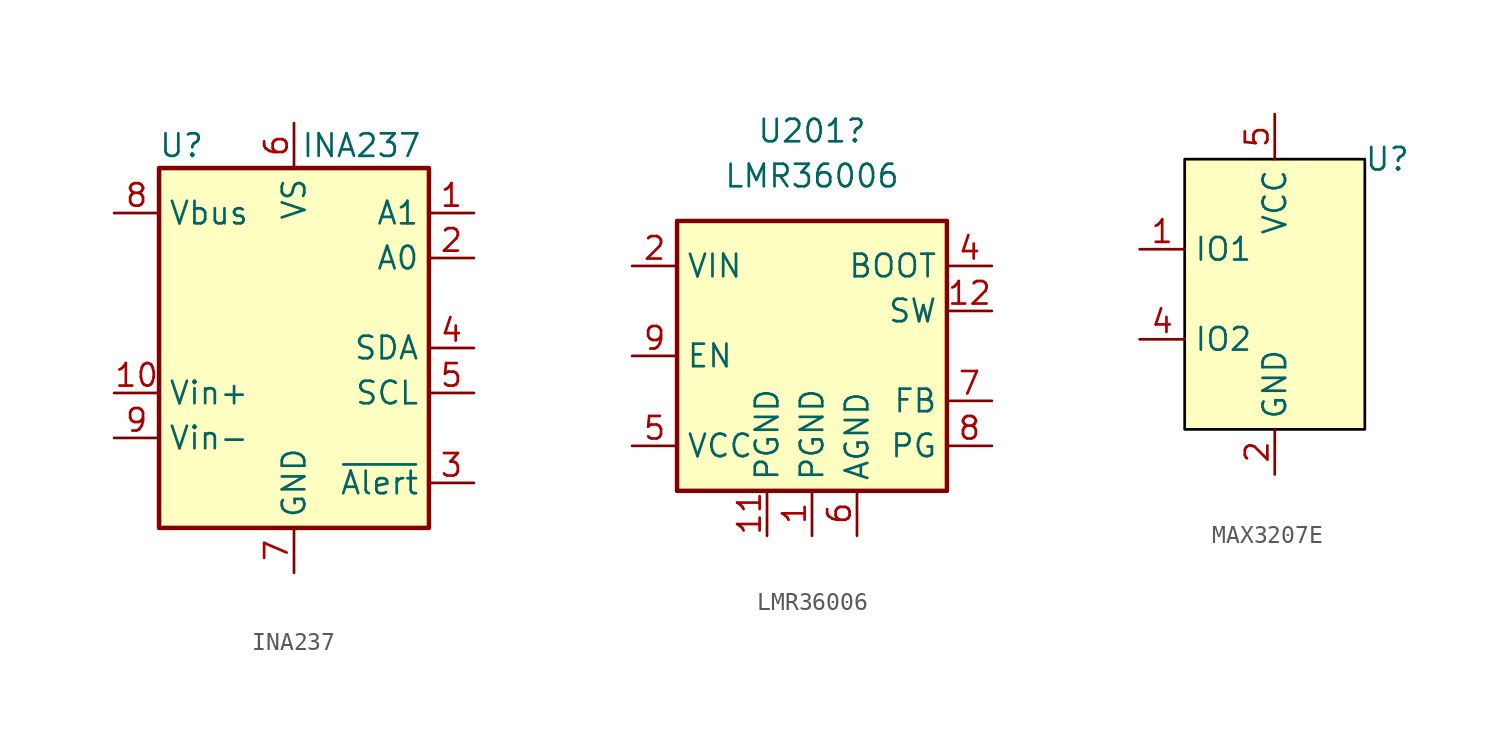
<source format=kicad_sym>
(kicad_symbol_lib
  (version 20220914)
  (generator kicad_symbol_editor)
  (symbol "INA237"
    (property "Reference" "U"
      (at -6.35 11.43 0)
      (effects (font (size 1.27 1.27))))
    (property "Value" "INA237"
      (at 3.81 11.43 0)
      (effects (font (size 1.27 1.27))))
    (symbol "INA237_0_1"
      (rectangle (start 7.62 10.16) (end -7.62 -10.16) (stroke (width 0.254) (type default)) (fill (type background))))
    (symbol "INA237_1_1"
      (pin input line (at 10.16 7.62 180) (length 2.54) (name "A1" (effects (font (size 1.27 1.27)))) (number "1" (effects (font (size 1.27 1.27)))))
      (pin input line (at -10.16 -2.54 0) (length 2.54) (name "Vin+" (effects (font (size 1.27 1.27)))) (number "10" (effects (font (size 1.27 1.27)))))
      (pin input line (at 10.16 5.08 180) (length 2.54) (name "A0" (effects (font (size 1.27 1.27)))) (number "2" (effects (font (size 1.27 1.27)))))
      (pin open_collector line (at 10.16 -7.62 180) (length 2.54) (name "~{Alert}" (effects (font (size 1.27 1.27)))) (number "3" (effects (font (size 1.27 1.27)))))
      (pin bidirectional line (at 10.16 0 180) (length 2.54) (name "SDA" (effects (font (size 1.27 1.27)))) (number "4" (effects (font (size 1.27 1.27)))))
      (pin input line (at 10.16 -2.54 180) (length 2.54) (name "SCL" (effects (font (size 1.27 1.27)))) (number "5" (effects (font (size 1.27 1.27)))))
      (pin power_in line (at 0 12.7 270) (length 2.54) (name "VS" (effects (font (size 1.27 1.27)))) (number "6" (effects (font (size 1.27 1.27)))))
      (pin power_in line (at 0 -12.7 90) (length 2.54) (name "GND" (effects (font (size 1.27 1.27)))) (number "7" (effects (font (size 1.27 1.27)))))
      (pin input line (at -10.16 7.62 0) (length 2.54) (name "Vbus" (effects (font (size 1.27 1.27)))) (number "8" (effects (font (size 1.27 1.27)))))
      (pin input line (at -10.16 -5.08 0) (length 2.54) (name "Vin-" (effects (font (size 1.27 1.27)))) (number "9" (effects (font (size 1.27 1.27)))))))
  (symbol "LMR36006"
    (property "Reference" "U201"
      (at 0 12.7 0)
      (effects (font (size 1.27 1.27))))
    (property "Value" "LMR36006"
      (at 0 10.16 0)
      (effects (font (size 1.27 1.27))))
    (symbol "LMR36006_0_1"
      (rectangle (start -7.62 7.62) (end 7.62 -7.62) (stroke (width 0.254) (type default)) (fill (type background))))
    (symbol "LMR36006_1_1"
      (pin power_in line (at 0 -10.16 90) (length 2.54) (name "PGND" (effects (font (size 1.27 1.27)))) (number "1" (effects (font (size 1.27 1.27)))))
      (pin power_in line (at -10.16 5.08 0) (length 2.54) hide (name "VIN" (effects (font (size 1.27 1.27)))) (number "10" (effects (font (size 1.27 1.27)))))
      (pin input line (at -2.54 -10.16 90) (length 2.54) (name "PGND" (effects (font (size 1.27 1.27)))) (number "11" (effects (font (size 1.27 1.27)))))
      (pin power_out line (at 10.16 2.54 180) (length 2.54) (name "SW" (effects (font (size 1.27 1.27)))) (number "12" (effects (font (size 1.27 1.27)))))
      (pin power_in line (at -10.16 5.08 0) (length 2.54) (name "VIN" (effects (font (size 1.27 1.27)))) (number "2" (effects (font (size 1.27 1.27)))))
      (pin output line (at 10.16 2.54 180) (length 2.54) hide (name "SW" (effects (font (size 1.27 1.27)))) (number "3" (effects (font (size 1.27 1.27)))))
      (pin input line (at 10.16 5.08 180) (length 2.54) (name "BOOT" (effects (font (size 1.27 1.27)))) (number "4" (effects (font (size 1.27 1.27)))))
      (pin output line (at -10.16 -5.08 0) (length 2.54) (name "VCC" (effects (font (size 1.27 1.27)))) (number "5" (effects (font (size 1.27 1.27)))))
      (pin power_in line (at 2.54 -10.16 90) (length 2.54) (name "AGND" (effects (font (size 1.27 1.27)))) (number "6" (effects (font (size 1.27 1.27)))))
      (pin input line (at 10.16 -2.54 180) (length 2.54) (name "FB" (effects (font (size 1.27 1.27)))) (number "7" (effects (font (size 1.27 1.27)))))
      (pin open_collector line (at 10.16 -5.08 180) (length 2.54) (name "PG" (effects (font (size 1.27 1.27)))) (number "8" (effects (font (size 1.27 1.27)))))
      (pin input line (at -10.16 0 0) (length 2.54) (name "EN" (effects (font (size 1.27 1.27)))) (number "9" (effects (font (size 1.27 1.27)))))))
  (symbol "MAX3207E"
    (property "Reference" "U"
      (at 6.35 7.62 0)
      (effects (font (size 1.27 1.27))))
    (property "Value" ""
      (at 0 -2.54 0)
      (effects (font (size 1.27 1.27))))
    (symbol "MAX3207E_1_1"
      (polyline (pts (xy -5.08 7.62) (xy 5.08 7.62) (xy 5.08 -7.62) (xy -5.08 -7.62) (xy -5.08 7.62)) (stroke (width 0) (type default) (color 0 0 0 1)) (fill (type background)))
      (pin input line (at -7.62 2.54 0) (length 2.54) (name "IO1" (effects (font (size 1.27 1.27)))) (number "1" (effects (font (size 1.27 1.27)))))
      (pin power_in line (at 0 -10.16 90) (length 2.54) (name "GND" (effects (font (size 1.27 1.27)))) (number "2" (effects (font (size 1.27 1.27)))))
      (pin input line (at -7.62 -2.54 0) (length 2.54) (name "IO2" (effects (font (size 1.27 1.27)))) (number "4" (effects (font (size 1.27 1.27)))))
      (pin power_in line (at 0 10.16 270) (length 2.54) (name "VCC" (effects (font (size 1.27 1.27)))) (number "5" (effects (font (size 1.27 1.27))))))))
</source>
